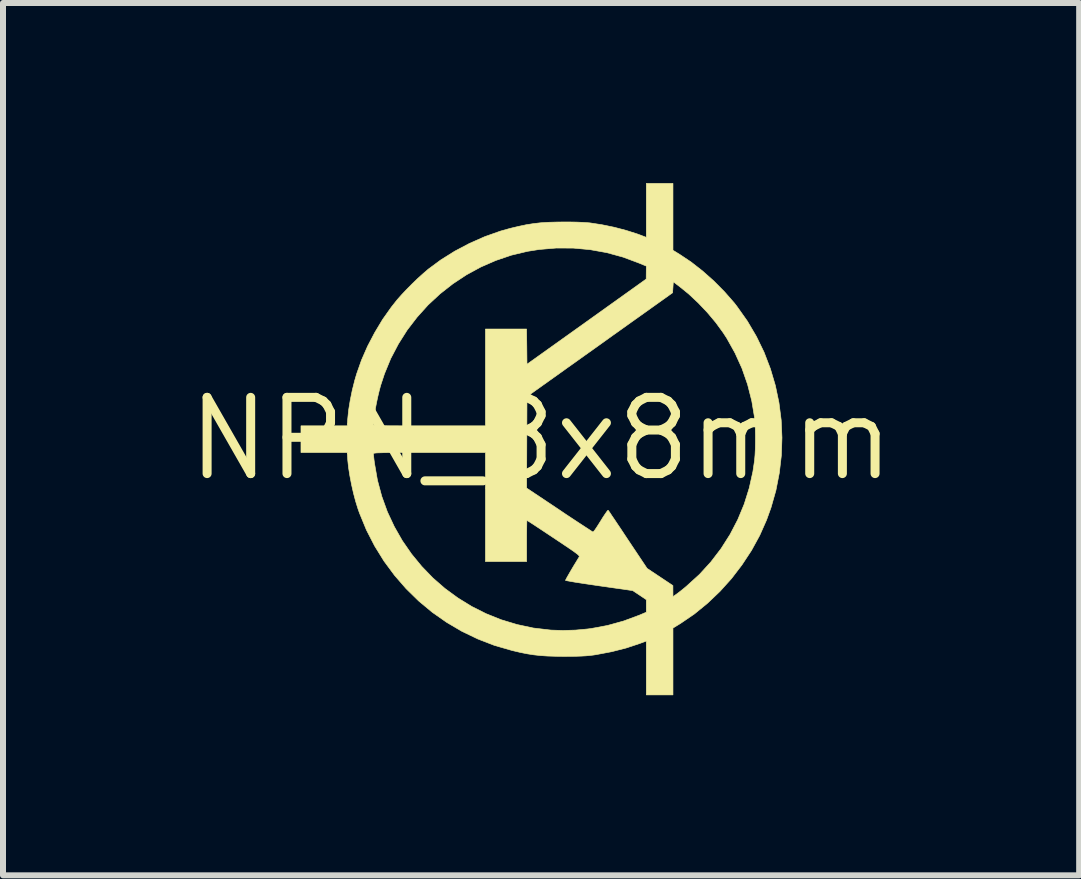
<source format=kicad_pcb>
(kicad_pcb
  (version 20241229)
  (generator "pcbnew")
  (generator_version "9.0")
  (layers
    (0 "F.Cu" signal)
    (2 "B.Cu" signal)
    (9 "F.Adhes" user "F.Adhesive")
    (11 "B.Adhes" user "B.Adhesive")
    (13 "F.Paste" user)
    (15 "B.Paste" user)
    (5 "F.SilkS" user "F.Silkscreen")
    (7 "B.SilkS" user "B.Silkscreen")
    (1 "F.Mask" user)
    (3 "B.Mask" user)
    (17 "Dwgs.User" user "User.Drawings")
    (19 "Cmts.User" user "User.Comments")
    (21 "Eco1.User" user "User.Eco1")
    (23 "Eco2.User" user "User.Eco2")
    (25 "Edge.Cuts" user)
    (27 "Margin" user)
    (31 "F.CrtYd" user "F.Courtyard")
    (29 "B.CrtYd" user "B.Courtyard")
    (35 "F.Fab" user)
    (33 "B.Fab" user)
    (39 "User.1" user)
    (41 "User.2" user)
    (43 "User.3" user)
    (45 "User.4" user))
  (footprint "NPN_8x8mm"
    (layer "F.Cu")
    (at 5.964 4.26)
    (property "Reference" "NPN_8x8mm" (at 0 0 0) (layer "F.SilkS") (effects (font (size 1.27 1.27) (thickness 0.15))))
    (attr through_hole)
    (fp_poly (pts (xy 2.197 -3.141) (xy 2.306 -3.074) (xy 2.499 -2.945) (xy 2.691 -2.795) (xy 2.878 -2.629) (xy 3.055 -2.45) (xy 3.218 -2.264) (xy 3.265 -2.203) (xy 3.437 -1.96) (xy 3.587 -1.705) (xy 3.715 -1.441) (xy 3.82 -1.167) (xy 3.903 -0.887) (xy 3.963 -0.601) (xy 4 -0.311) (xy 4.013 -0.019) (xy 4.003 0.275) (xy 3.969 0.568) (xy 3.912 0.86) (xy 3.83 1.148) (xy 3.756 1.353) (xy 3.642 1.61) (xy 3.505 1.86) (xy 3.347 2.1) (xy 3.172 2.329) (xy 2.979 2.543) (xy 2.772 2.74) (xy 2.553 2.919) (xy 2.323 3.076) (xy 2.308 3.085) (xy 2.197 3.153) (xy 2.197 4.267) (xy 1.753 4.267) (xy 1.753 3.369) (xy 1.641 3.411) (xy 1.418 3.485) (xy 1.175 3.547) (xy 0.916 3.596) (xy 0.87 3.603) (xy 0.81 3.61) (xy 0.746 3.616) (xy 0.674 3.62) (xy 0.589 3.623) (xy 0.488 3.624) (xy 0.381 3.625) (xy 0.233 3.623) (xy 0.104 3.619) (xy -0.013 3.611) (xy -0.122 3.599) (xy -0.231 3.582) (xy -0.346 3.559) (xy -0.473 3.529) (xy -0.489 3.525) (xy -0.777 3.442) (xy -1.054 3.335) (xy -1.32 3.207) (xy -1.573 3.058) (xy -1.813 2.89) (xy -2.039 2.702) (xy -2.248 2.497) (xy -2.441 2.275) (xy -2.617 2.037) (xy -2.773 1.785) (xy -2.91 1.518) (xy -3.025 1.238) (xy -3.05 1.168) (xy -3.088 1.046) (xy -3.125 0.907) (xy -3.158 0.761) (xy -3.186 0.615) (xy -3.208 0.475) (xy -3.221 0.352) (xy -3.221 0.345) (xy -3.228 0.247) (xy -2.794 0.247) (xy -2.792 0.266) (xy -2.788 0.305) (xy -2.782 0.358) (xy -2.774 0.415) (xy -2.726 0.691) (xy -2.654 0.959) (xy -2.561 1.216) (xy -2.446 1.462) (xy -2.312 1.697) (xy -2.159 1.918) (xy -1.989 2.125) (xy -1.803 2.318) (xy -1.601 2.494) (xy -1.385 2.652) (xy -1.156 2.793) (xy -0.915 2.914) (xy -0.663 3.015) (xy -0.401 3.094) (xy -0.131 3.152) (xy 0.146 3.185) (xy 0.171 3.187) (xy 0.365 3.193) (xy 0.571 3.187) (xy 0.777 3.168) (xy 0.832 3.161) (xy 1.106 3.11) (xy 1.373 3.036) (xy 1.635 2.939) (xy 1.753 2.889) (xy 1.753 2.785) (xy 1.753 2.68) (xy 1.64 2.604) (xy 1.527 2.529) (xy 0.967 2.449) (xy 0.851 2.432) (xy 0.743 2.416) (xy 0.645 2.401) (xy 0.561 2.388) (xy 0.493 2.376) (xy 0.443 2.367) (xy 0.413 2.361) (xy 0.406 2.358) (xy 0.413 2.345) (xy 0.429 2.314) (xy 0.454 2.27) (xy 0.485 2.216) (xy 0.519 2.158) (xy 0.554 2.099) (xy 0.588 2.044) (xy 0.617 1.996) (xy 0.632 1.972) (xy 0.636 1.965) (xy 0.636 1.957) (xy 0.631 1.948) (xy 0.62 1.935) (xy 0.6 1.918) (xy 0.569 1.895) (xy 0.526 1.864) (xy 0.469 1.825) (xy 0.395 1.775) (xy 0.304 1.714) (xy 0.211 1.652) (xy 0.116 1.589) (xy 0.029 1.531) (xy -0.05 1.479) (xy -0.118 1.434) (xy -0.172 1.399) (xy -0.211 1.374) (xy -0.232 1.361) (xy -0.235 1.359) (xy -0.237 1.371) (xy -0.238 1.405) (xy -0.239 1.458) (xy -0.24 1.527) (xy -0.241 1.608) (xy -0.241 1.698) (xy -0.241 2.045) (xy -0.927 2.045) (xy -0.927 0.821) (xy -0.241 0.821) (xy 0.305 1.185) (xy 0.41 1.256) (xy 0.51 1.322) (xy 0.601 1.382) (xy 0.682 1.435) (xy 0.751 1.48) (xy 0.805 1.515) (xy 0.843 1.54) (xy 0.863 1.552) (xy 0.865 1.553) (xy 0.876 1.543) (xy 0.898 1.516) (xy 0.927 1.473) (xy 0.962 1.418) (xy 0.994 1.367) (xy 1.031 1.307) (xy 1.065 1.256) (xy 1.092 1.217) (xy 1.11 1.194) (xy 1.117 1.19) (xy 1.126 1.202) (xy 1.148 1.233) (xy 1.18 1.282) (xy 1.223 1.345) (xy 1.273 1.42) (xy 1.331 1.506) (xy 1.393 1.6) (xy 1.446 1.68) (xy 1.766 2.159) (xy 1.981 2.302) (xy 2.196 2.445) (xy 2.197 2.63) (xy 2.256 2.588) (xy 2.29 2.563) (xy 2.337 2.526) (xy 2.389 2.484) (xy 2.43 2.449) (xy 2.639 2.259) (xy 2.828 2.052) (xy 2.998 1.83) (xy 3.148 1.594) (xy 3.277 1.346) (xy 3.384 1.088) (xy 3.468 0.82) (xy 3.529 0.545) (xy 3.557 0.356) (xy 3.564 0.271) (xy 3.569 0.17) (xy 3.571 0.058) (xy 3.571 -0.057) (xy 3.569 -0.167) (xy 3.564 -0.267) (xy 3.557 -0.348) (xy 3.557 -0.349) (xy 3.51 -0.631) (xy 3.44 -0.906) (xy 3.347 -1.173) (xy 3.231 -1.429) (xy 3.095 -1.673) (xy 3.034 -1.767) (xy 2.911 -1.936) (xy 2.77 -2.104) (xy 2.617 -2.265) (xy 2.459 -2.413) (xy 2.33 -2.518) (xy 2.203 -2.616) (xy 2.197 -2.525) (xy 2.191 -2.433) (xy 1.619 -2.025) (xy 1.495 -1.937) (xy 1.354 -1.836) (xy 1.202 -1.728) (xy 1.043 -1.614) (xy 0.882 -1.499) (xy 0.723 -1.386) (xy 0.572 -1.278) (xy 0.432 -1.179) (xy 0.406 -1.16) (xy -0.235 -0.703) (xy -0.238 0.059) (xy -0.241 0.821) (xy -0.927 0.821) (xy -0.927 0.229) (xy -1.861 0.229) (xy -2.039 0.229) (xy -2.194 0.229) (xy -2.326 0.229) (xy -2.439 0.23) (xy -2.532 0.23) (xy -2.608 0.231) (xy -2.668 0.233) (xy -2.715 0.234) (xy -2.749 0.236) (xy -2.772 0.239) (xy -2.786 0.241) (xy -2.793 0.245) (xy -2.794 0.247) (xy -3.228 0.247) (xy -3.23 0.229) (xy -3.615 0.229) (xy -4 0.229) (xy -4 -0.216) (xy -3.23 -0.216) (xy -3.228 -0.238) (xy -2.794 -0.238) (xy -2.793 -0.234) (xy -2.788 -0.23) (xy -2.779 -0.227) (xy -2.763 -0.225) (xy -2.738 -0.222) (xy -2.704 -0.221) (xy -2.657 -0.219) (xy -2.597 -0.218) (xy -2.522 -0.217) (xy -2.43 -0.217) (xy -2.319 -0.216) (xy -2.188 -0.216) (xy -2.034 -0.216) (xy -1.861 -0.216) (xy -0.927 -0.216) (xy -0.927 -1.829) (xy -0.242 -1.829) (xy -0.238 -1.536) (xy -0.235 -1.242) (xy 0.758 -1.951) (xy 1.751 -2.661) (xy 1.752 -2.769) (xy 1.753 -2.877) (xy 1.635 -2.926) (xy 1.368 -3.026) (xy 1.095 -3.101) (xy 0.817 -3.151) (xy 0.536 -3.177) (xy 0.253 -3.178) (xy -0.031 -3.154) (xy -0.227 -3.123) (xy -0.495 -3.059) (xy -0.754 -2.971) (xy -1.004 -2.862) (xy -1.243 -2.732) (xy -1.47 -2.582) (xy -1.684 -2.414) (xy -1.883 -2.229) (xy -2.065 -2.027) (xy -2.231 -1.811) (xy -2.377 -1.58) (xy -2.504 -1.338) (xy -2.609 -1.083) (xy -2.673 -0.889) (xy -2.697 -0.799) (xy -2.721 -0.698) (xy -2.743 -0.594) (xy -2.762 -0.492) (xy -2.778 -0.396) (xy -2.788 -0.313) (xy -2.794 -0.248) (xy -2.794 -0.238) (xy -3.228 -0.238) (xy -3.221 -0.333) (xy -3.206 -0.479) (xy -3.18 -0.639) (xy -3.146 -0.807) (xy -3.104 -0.974) (xy -3.072 -1.083) (xy -2.992 -1.31) (xy -2.891 -1.541) (xy -2.772 -1.768) (xy -2.64 -1.988) (xy -2.495 -2.193) (xy -2.396 -2.318) (xy -2.325 -2.398) (xy -2.241 -2.487) (xy -2.149 -2.58) (xy -2.056 -2.67) (xy -1.966 -2.751) (xy -1.887 -2.819) (xy -1.887 -2.82) (xy -1.672 -2.979) (xy -1.439 -3.125) (xy -1.193 -3.255) (xy -0.937 -3.368) (xy -0.677 -3.46) (xy -0.513 -3.506) (xy -0.374 -3.539) (xy -0.247 -3.566) (xy -0.126 -3.585) (xy -0.004 -3.599) (xy 0.126 -3.607) (xy 0.271 -3.611) (xy 0.362 -3.612) (xy 0.479 -3.612) (xy 0.588 -3.61) (xy 0.685 -3.606) (xy 0.764 -3.601) (xy 0.813 -3.597) (xy 1.015 -3.566) (xy 1.219 -3.524) (xy 1.416 -3.472) (xy 1.599 -3.414) (xy 1.64 -3.399) (xy 1.753 -3.356) (xy 1.753 -4.255) (xy 2.197 -4.255) (xy 2.197 -3.141)) (stroke (width 0.01) (type solid)) (fill yes) (layer "F.SilkS")))
  (gr_rect
    (start -3 -3)
    (end 14.928 11.532)
    (stroke (width 0.1) (type default))
    (fill no)
    (layer "Edge.Cuts")))
</source>
